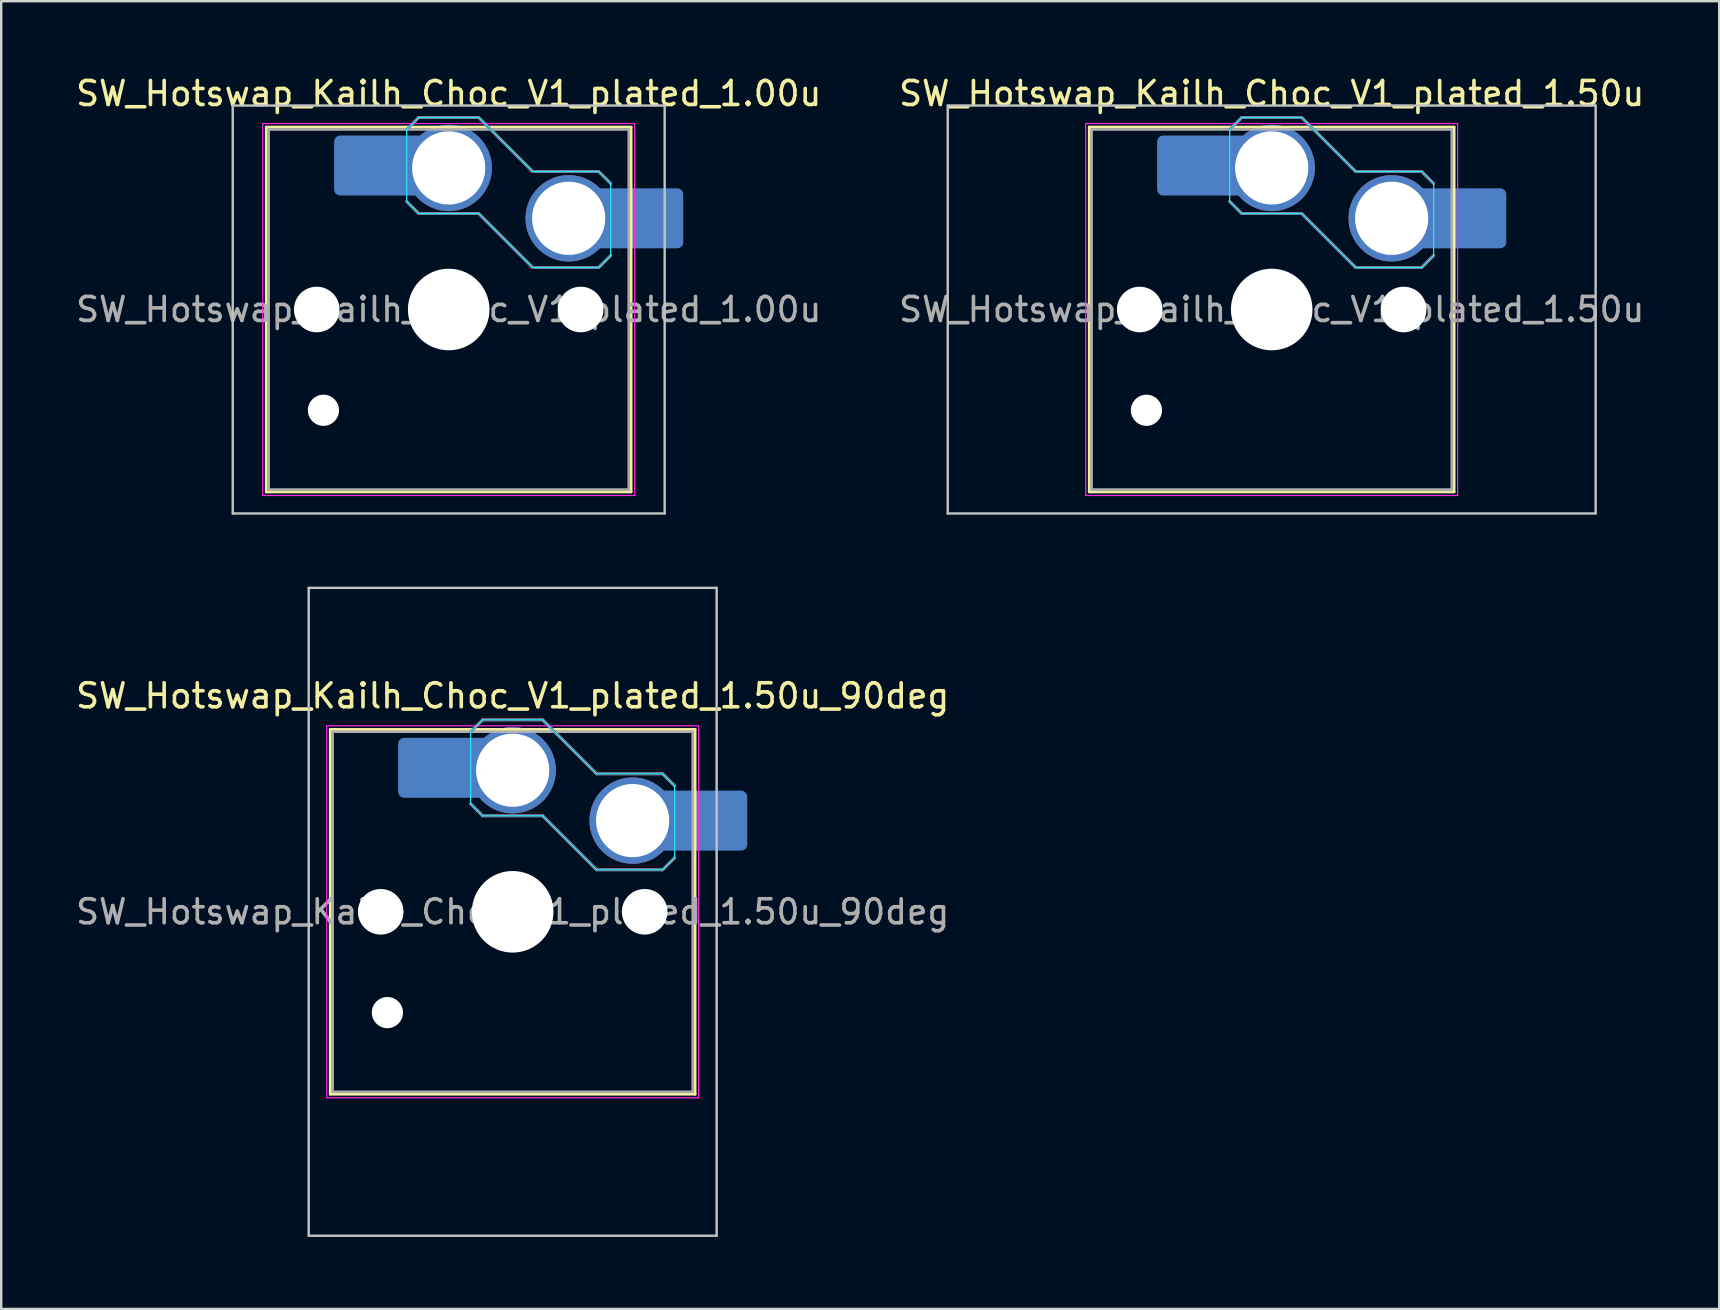
<source format=kicad_pcb>
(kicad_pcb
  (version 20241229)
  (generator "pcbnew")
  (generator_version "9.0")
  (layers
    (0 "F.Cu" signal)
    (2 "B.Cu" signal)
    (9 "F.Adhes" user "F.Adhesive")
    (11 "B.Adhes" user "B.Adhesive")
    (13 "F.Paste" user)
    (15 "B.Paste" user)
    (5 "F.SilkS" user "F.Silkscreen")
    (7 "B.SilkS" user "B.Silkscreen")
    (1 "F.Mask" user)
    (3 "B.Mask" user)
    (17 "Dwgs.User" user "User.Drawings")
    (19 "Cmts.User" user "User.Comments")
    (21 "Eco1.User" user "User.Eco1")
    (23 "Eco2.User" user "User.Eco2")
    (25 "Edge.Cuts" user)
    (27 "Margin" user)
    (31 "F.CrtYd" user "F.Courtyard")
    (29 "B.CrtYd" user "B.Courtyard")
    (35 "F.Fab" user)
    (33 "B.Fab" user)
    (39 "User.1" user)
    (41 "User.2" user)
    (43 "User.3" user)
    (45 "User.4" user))
  (footprint "SW_Hotswap_Kailh_Choc_V1_plated_1.50u"
    (layer "F.Cu")
    (at 49.946 9.848)
    (property "Reference" "SW_Hotswap_Kailh_Choc_V1_plated_1.50u" (at 0 -9 0) (layer "F.SilkS") (effects (font (size 1 1) (thickness 0.15))))
    (attr smd)
    (fp_line (start -7.6 -7.6) (end -7.6 7.6) (stroke (width 0.12) (type solid)) (layer "F.SilkS"))
    (fp_line (start -7.6 7.6) (end 7.6 7.6) (stroke (width 0.12) (type solid)) (layer "F.SilkS"))
    (fp_line (start 7.6 -7.6) (end -7.6 -7.6) (stroke (width 0.12) (type solid)) (layer "F.SilkS"))
    (fp_line (start 7.6 7.6) (end 7.6 -7.6) (stroke (width 0.12) (type solid)) (layer "F.SilkS"))
    (fp_line (start -1.75 -7.5) (end -1.25 -8) (stroke (width 0.12) (type solid)) (layer "B.SilkS"))
    (fp_line (start -1.25 -8) (end 1.25 -8) (stroke (width 0.12) (type solid)) (layer "B.SilkS"))
    (fp_line (start -1.25 -4) (end -1.75 -4.5) (stroke (width 0.12) (type solid)) (layer "B.SilkS"))
    (fp_line (start 1.25 -8) (end 3.5 -5.75) (stroke (width 0.12) (type solid)) (layer "B.SilkS"))
    (fp_line (start 1.25 -4) (end -1.25 -4) (stroke (width 0.12) (type solid)) (layer "B.SilkS"))
    (fp_line (start 3.5 -5.75) (end 6.25 -5.75) (stroke (width 0.12) (type solid)) (layer "B.SilkS"))
    (fp_line (start 3.5 -1.75) (end 1.25 -4) (stroke (width 0.12) (type solid)) (layer "B.SilkS"))
    (fp_line (start 6.25 -5.75) (end 6.75 -5.25) (stroke (width 0.12) (type solid)) (layer "B.SilkS"))
    (fp_line (start 6.25 -1.75) (end 3.5 -1.75) (stroke (width 0.12) (type solid)) (layer "B.SilkS"))
    (fp_line (start 6.75 -2.25) (end 6.25 -1.75) (stroke (width 0.12) (type solid)) (layer "B.SilkS"))
    (fp_line (start -13.5 -8.5) (end -13.5 8.5) (stroke (width 0.1) (type solid)) (layer "Dwgs.User"))
    (fp_line (start -13.5 8.5) (end 13.5 8.5) (stroke (width 0.1) (type solid)) (layer "Dwgs.User"))
    (fp_line (start 13.5 -8.5) (end -13.5 -8.5) (stroke (width 0.1) (type solid)) (layer "Dwgs.User"))
    (fp_line (start 13.5 8.5) (end 13.5 -8.5) (stroke (width 0.1) (type solid)) (layer "Dwgs.User"))
    (fp_line (start -7.25 -7.25) (end -7.25 7.25) (stroke (width 0.1) (type solid)) (layer "Eco1.User"))
    (fp_line (start -7.25 7.25) (end 7.25 7.25) (stroke (width 0.1) (type solid)) (layer "Eco1.User"))
    (fp_line (start 7.25 -7.25) (end -7.25 -7.25) (stroke (width 0.1) (type solid)) (layer "Eco1.User"))
    (fp_line (start 7.25 7.25) (end 7.25 -7.25) (stroke (width 0.1) (type solid)) (layer "Eco1.User"))
    (fp_line (start -1.75 -7.5) (end -1.25 -8) (stroke (width 0.05) (type solid)) (layer "B.CrtYd"))
    (fp_line (start -1.75 -4.5) (end -1.75 -7.5) (stroke (width 0.05) (type solid)) (layer "B.CrtYd"))
    (fp_line (start -1.25 -8) (end 1.25 -8) (stroke (width 0.05) (type solid)) (layer "B.CrtYd"))
    (fp_line (start -1.25 -4) (end -1.75 -4.5) (stroke (width 0.05) (type solid)) (layer "B.CrtYd"))
    (fp_line (start 1.25 -8) (end 3.5 -5.75) (stroke (width 0.05) (type solid)) (layer "B.CrtYd"))
    (fp_line (start 1.25 -4) (end -1.25 -4) (stroke (width 0.05) (type solid)) (layer "B.CrtYd"))
    (fp_line (start 3.5 -5.75) (end 6.25 -5.75) (stroke (width 0.05) (type solid)) (layer "B.CrtYd"))
    (fp_line (start 3.5 -1.75) (end 1.25 -4) (stroke (width 0.05) (type solid)) (layer "B.CrtYd"))
    (fp_line (start 6.25 -5.75) (end 6.75 -5.25) (stroke (width 0.05) (type solid)) (layer "B.CrtYd"))
    (fp_line (start 6.25 -1.75) (end 3.5 -1.75) (stroke (width 0.05) (type solid)) (layer "B.CrtYd"))
    (fp_line (start 6.75 -5.25) (end 6.75 -2.25) (stroke (width 0.05) (type solid)) (layer "B.CrtYd"))
    (fp_line (start 6.75 -2.25) (end 6.25 -1.75) (stroke (width 0.05) (type solid)) (layer "B.CrtYd"))
    (fp_line (start -7.75 -7.75) (end -7.75 7.75) (stroke (width 0.05) (type solid)) (layer "F.CrtYd"))
    (fp_line (start -7.75 7.75) (end 7.75 7.75) (stroke (width 0.05) (type solid)) (layer "F.CrtYd"))
    (fp_line (start 7.75 -7.75) (end -7.75 -7.75) (stroke (width 0.05) (type solid)) (layer "F.CrtYd"))
    (fp_line (start 7.75 7.75) (end 7.75 -7.75) (stroke (width 0.05) (type solid)) (layer "F.CrtYd"))
    (fp_line (start -1.75 -7.5) (end -1.25 -8) (stroke (width 0.1) (type solid)) (layer "B.Fab"))
    (fp_line (start -1.25 -8) (end 1.25 -8) (stroke (width 0.1) (type solid)) (layer "B.Fab"))
    (fp_line (start -1.25 -4) (end -1.75 -4.5) (stroke (width 0.1) (type solid)) (layer "B.Fab"))
    (fp_line (start 1.25 -8) (end 3.5 -5.75) (stroke (width 0.1) (type solid)) (layer "B.Fab"))
    (fp_line (start 1.25 -4) (end -1.25 -4) (stroke (width 0.1) (type solid)) (layer "B.Fab"))
    (fp_line (start 3.5 -5.75) (end 6.25 -5.75) (stroke (width 0.1) (type solid)) (layer "B.Fab"))
    (fp_line (start 3.5 -1.75) (end 1.25 -4) (stroke (width 0.1) (type solid)) (layer "B.Fab"))
    (fp_line (start 6.25 -5.75) (end 6.75 -5.25) (stroke (width 0.1) (type solid)) (layer "B.Fab"))
    (fp_line (start 6.25 -1.75) (end 3.5 -1.75) (stroke (width 0.1) (type solid)) (layer "B.Fab"))
    (fp_line (start 6.75 -2.25) (end 6.25 -1.75) (stroke (width 0.1) (type solid)) (layer "B.Fab"))
    (fp_line (start -7.5 -7.5) (end -7.5 7.5) (stroke (width 0.1) (type solid)) (layer "F.Fab"))
    (fp_line (start -7.5 7.5) (end 7.5 7.5) (stroke (width 0.1) (type solid)) (layer "F.Fab"))
    (fp_line (start 7.5 -7.5) (end -7.5 -7.5) (stroke (width 0.1) (type solid)) (layer "F.Fab"))
    (fp_line (start 7.5 7.5) (end 7.5 -7.5) (stroke (width 0.1) (type solid)) (layer "F.Fab"))
    (fp_text user "${REFERENCE}" (at 0 0 0) (layer "F.Fab") (effects (font (size 1 1) (thickness 0.15))))
    (pad "" np_thru_hole circle (at -5.5 0) (size 1.9 1.9) (drill 1.9) (layers "*.Cu" "*.Mask"))
    (pad "" np_thru_hole circle (at -5.22 4.2) (size 1.3 1.3) (drill 1.3) (layers "*.Cu" "*.Mask"))
    (pad "" smd roundrect (at -3.5 -6) (size 2.55 2.5) (layers "B.Mask" "B.Paste") (roundrect_rratio 0.1))
    (pad "" np_thru_hole circle (at 0 0) (size 3.4 3.4) (drill 3.4) (layers "*.Cu" "*.Mask"))
    (pad "" np_thru_hole circle (at 5.5 0) (size 1.9 1.9) (drill 1.9) (layers "*.Cu" "*.Mask"))
    (pad "" smd roundrect (at 8.5 -3.8) (size 2.55 2.5) (layers "B.Mask" "B.Paste") (roundrect_rratio 0.1))
    (pad "1" smd roundrect (at -2.85 -6) (size 3.85 2.5) (layers "B.Cu") (roundrect_rratio 0.1))
    (pad "1" thru_hole circle (at 0 -5.9) (size 3.6 3.6) (drill 3.05) (layers "*.Cu" "B.Mask"))
    (pad "2" thru_hole circle (at 5 -3.8) (size 3.6 3.6) (drill 3.05) (layers "*.Cu" "B.Mask"))
    (pad "2" smd roundrect (at 7.85 -3.8) (size 3.85 2.5) (layers "B.Cu") (roundrect_rratio 0.1)))
  (footprint "SW_Hotswap_Kailh_Choc_V1_plated_1.00u"
    (layer "F.Cu")
    (at 15.649 9.848)
    (property "Reference" "SW_Hotswap_Kailh_Choc_V1_plated_1.00u" (at 0 -9 0) (layer "F.SilkS") (effects (font (size 1 1) (thickness 0.15))))
    (attr smd)
    (fp_line (start -7.6 -7.6) (end -7.6 7.6) (stroke (width 0.12) (type solid)) (layer "F.SilkS"))
    (fp_line (start -7.6 7.6) (end 7.6 7.6) (stroke (width 0.12) (type solid)) (layer "F.SilkS"))
    (fp_line (start 7.6 -7.6) (end -7.6 -7.6) (stroke (width 0.12) (type solid)) (layer "F.SilkS"))
    (fp_line (start 7.6 7.6) (end 7.6 -7.6) (stroke (width 0.12) (type solid)) (layer "F.SilkS"))
    (fp_line (start -1.75 -7.5) (end -1.25 -8) (stroke (width 0.12) (type solid)) (layer "B.SilkS"))
    (fp_line (start -1.25 -8) (end 1.25 -8) (stroke (width 0.12) (type solid)) (layer "B.SilkS"))
    (fp_line (start -1.25 -4) (end -1.75 -4.5) (stroke (width 0.12) (type solid)) (layer "B.SilkS"))
    (fp_line (start 1.25 -8) (end 3.5 -5.75) (stroke (width 0.12) (type solid)) (layer "B.SilkS"))
    (fp_line (start 1.25 -4) (end -1.25 -4) (stroke (width 0.12) (type solid)) (layer "B.SilkS"))
    (fp_line (start 3.5 -5.75) (end 6.25 -5.75) (stroke (width 0.12) (type solid)) (layer "B.SilkS"))
    (fp_line (start 3.5 -1.75) (end 1.25 -4) (stroke (width 0.12) (type solid)) (layer "B.SilkS"))
    (fp_line (start 6.25 -5.75) (end 6.75 -5.25) (stroke (width 0.12) (type solid)) (layer "B.SilkS"))
    (fp_line (start 6.25 -1.75) (end 3.5 -1.75) (stroke (width 0.12) (type solid)) (layer "B.SilkS"))
    (fp_line (start 6.75 -2.25) (end 6.25 -1.75) (stroke (width 0.12) (type solid)) (layer "B.SilkS"))
    (fp_line (start -9 -8.5) (end -9 8.5) (stroke (width 0.1) (type solid)) (layer "Dwgs.User"))
    (fp_line (start -9 8.5) (end 9 8.5) (stroke (width 0.1) (type solid)) (layer "Dwgs.User"))
    (fp_line (start 9 -8.5) (end -9 -8.5) (stroke (width 0.1) (type solid)) (layer "Dwgs.User"))
    (fp_line (start 9 8.5) (end 9 -8.5) (stroke (width 0.1) (type solid)) (layer "Dwgs.User"))
    (fp_line (start -7.25 -7.25) (end -7.25 7.25) (stroke (width 0.1) (type solid)) (layer "Eco1.User"))
    (fp_line (start -7.25 7.25) (end 7.25 7.25) (stroke (width 0.1) (type solid)) (layer "Eco1.User"))
    (fp_line (start 7.25 -7.25) (end -7.25 -7.25) (stroke (width 0.1) (type solid)) (layer "Eco1.User"))
    (fp_line (start 7.25 7.25) (end 7.25 -7.25) (stroke (width 0.1) (type solid)) (layer "Eco1.User"))
    (fp_line (start -1.75 -7.5) (end -1.25 -8) (stroke (width 0.05) (type solid)) (layer "B.CrtYd"))
    (fp_line (start -1.75 -4.5) (end -1.75 -7.5) (stroke (width 0.05) (type solid)) (layer "B.CrtYd"))
    (fp_line (start -1.25 -8) (end 1.25 -8) (stroke (width 0.05) (type solid)) (layer "B.CrtYd"))
    (fp_line (start -1.25 -4) (end -1.75 -4.5) (stroke (width 0.05) (type solid)) (layer "B.CrtYd"))
    (fp_line (start 1.25 -8) (end 3.5 -5.75) (stroke (width 0.05) (type solid)) (layer "B.CrtYd"))
    (fp_line (start 1.25 -4) (end -1.25 -4) (stroke (width 0.05) (type solid)) (layer "B.CrtYd"))
    (fp_line (start 3.5 -5.75) (end 6.25 -5.75) (stroke (width 0.05) (type solid)) (layer "B.CrtYd"))
    (fp_line (start 3.5 -1.75) (end 1.25 -4) (stroke (width 0.05) (type solid)) (layer "B.CrtYd"))
    (fp_line (start 6.25 -5.75) (end 6.75 -5.25) (stroke (width 0.05) (type solid)) (layer "B.CrtYd"))
    (fp_line (start 6.25 -1.75) (end 3.5 -1.75) (stroke (width 0.05) (type solid)) (layer "B.CrtYd"))
    (fp_line (start 6.75 -5.25) (end 6.75 -2.25) (stroke (width 0.05) (type solid)) (layer "B.CrtYd"))
    (fp_line (start 6.75 -2.25) (end 6.25 -1.75) (stroke (width 0.05) (type solid)) (layer "B.CrtYd"))
    (fp_line (start -7.75 -7.75) (end -7.75 7.75) (stroke (width 0.05) (type solid)) (layer "F.CrtYd"))
    (fp_line (start -7.75 7.75) (end 7.75 7.75) (stroke (width 0.05) (type solid)) (layer "F.CrtYd"))
    (fp_line (start 7.75 -7.75) (end -7.75 -7.75) (stroke (width 0.05) (type solid)) (layer "F.CrtYd"))
    (fp_line (start 7.75 7.75) (end 7.75 -7.75) (stroke (width 0.05) (type solid)) (layer "F.CrtYd"))
    (fp_line (start -1.75 -7.5) (end -1.25 -8) (stroke (width 0.1) (type solid)) (layer "B.Fab"))
    (fp_line (start -1.25 -8) (end 1.25 -8) (stroke (width 0.1) (type solid)) (layer "B.Fab"))
    (fp_line (start -1.25 -4) (end -1.75 -4.5) (stroke (width 0.1) (type solid)) (layer "B.Fab"))
    (fp_line (start 1.25 -8) (end 3.5 -5.75) (stroke (width 0.1) (type solid)) (layer "B.Fab"))
    (fp_line (start 1.25 -4) (end -1.25 -4) (stroke (width 0.1) (type solid)) (layer "B.Fab"))
    (fp_line (start 3.5 -5.75) (end 6.25 -5.75) (stroke (width 0.1) (type solid)) (layer "B.Fab"))
    (fp_line (start 3.5 -1.75) (end 1.25 -4) (stroke (width 0.1) (type solid)) (layer "B.Fab"))
    (fp_line (start 6.25 -5.75) (end 6.75 -5.25) (stroke (width 0.1) (type solid)) (layer "B.Fab"))
    (fp_line (start 6.25 -1.75) (end 3.5 -1.75) (stroke (width 0.1) (type solid)) (layer "B.Fab"))
    (fp_line (start 6.75 -2.25) (end 6.25 -1.75) (stroke (width 0.1) (type solid)) (layer "B.Fab"))
    (fp_line (start -7.5 -7.5) (end -7.5 7.5) (stroke (width 0.1) (type solid)) (layer "F.Fab"))
    (fp_line (start -7.5 7.5) (end 7.5 7.5) (stroke (width 0.1) (type solid)) (layer "F.Fab"))
    (fp_line (start 7.5 -7.5) (end -7.5 -7.5) (stroke (width 0.1) (type solid)) (layer "F.Fab"))
    (fp_line (start 7.5 7.5) (end 7.5 -7.5) (stroke (width 0.1) (type solid)) (layer "F.Fab"))
    (fp_text user "${REFERENCE}" (at 0 0 0) (layer "F.Fab") (effects (font (size 1 1) (thickness 0.15))))
    (pad "" np_thru_hole circle (at -5.5 0) (size 1.9 1.9) (drill 1.9) (layers "*.Cu" "*.Mask"))
    (pad "" np_thru_hole circle (at -5.22 4.2) (size 1.3 1.3) (drill 1.3) (layers "*.Cu" "*.Mask"))
    (pad "" smd roundrect (at -3.5 -6) (size 2.55 2.5) (layers "B.Mask" "B.Paste") (roundrect_rratio 0.1))
    (pad "" np_thru_hole circle (at 0 0) (size 3.4 3.4) (drill 3.4) (layers "*.Cu" "*.Mask"))
    (pad "" np_thru_hole circle (at 5.5 0) (size 1.9 1.9) (drill 1.9) (layers "*.Cu" "*.Mask"))
    (pad "" smd roundrect (at 8.5 -3.8) (size 2.55 2.5) (layers "B.Mask" "B.Paste") (roundrect_rratio 0.1))
    (pad "1" smd roundrect (at -2.85 -6) (size 3.85 2.5) (layers "B.Cu") (roundrect_rratio 0.1))
    (pad "1" thru_hole circle (at 0 -5.9) (size 3.6 3.6) (drill 3.05) (layers "*.Cu" "B.Mask"))
    (pad "2" thru_hole circle (at 5 -3.8) (size 3.6 3.6) (drill 3.05) (layers "*.Cu" "B.Mask"))
    (pad "2" smd roundrect (at 7.85 -3.8) (size 3.85 2.5) (layers "B.Cu") (roundrect_rratio 0.1)))
  (footprint "SW_Hotswap_Kailh_Choc_V1_plated_1.50u_90deg"
    (layer "F.Cu")
    (at 18.315 34.948)
    (property "Reference" "SW_Hotswap_Kailh_Choc_V1_plated_1.50u_90deg" (at 0 -9 0) (layer "F.SilkS") (effects (font (size 1 1) (thickness 0.15))))
    (attr smd)
    (fp_line (start -7.6 -7.6) (end -7.6 7.6) (stroke (width 0.12) (type solid)) (layer "F.SilkS"))
    (fp_line (start -7.6 7.6) (end 7.6 7.6) (stroke (width 0.12) (type solid)) (layer "F.SilkS"))
    (fp_line (start 7.6 -7.6) (end -7.6 -7.6) (stroke (width 0.12) (type solid)) (layer "F.SilkS"))
    (fp_line (start 7.6 7.6) (end 7.6 -7.6) (stroke (width 0.12) (type solid)) (layer "F.SilkS"))
    (fp_line (start -1.75 -7.5) (end -1.25 -8) (stroke (width 0.12) (type solid)) (layer "B.SilkS"))
    (fp_line (start -1.25 -8) (end 1.25 -8) (stroke (width 0.12) (type solid)) (layer "B.SilkS"))
    (fp_line (start -1.25 -4) (end -1.75 -4.5) (stroke (width 0.12) (type solid)) (layer "B.SilkS"))
    (fp_line (start 1.25 -8) (end 3.5 -5.75) (stroke (width 0.12) (type solid)) (layer "B.SilkS"))
    (fp_line (start 1.25 -4) (end -1.25 -4) (stroke (width 0.12) (type solid)) (layer "B.SilkS"))
    (fp_line (start 3.5 -5.75) (end 6.25 -5.75) (stroke (width 0.12) (type solid)) (layer "B.SilkS"))
    (fp_line (start 3.5 -1.75) (end 1.25 -4) (stroke (width 0.12) (type solid)) (layer "B.SilkS"))
    (fp_line (start 6.25 -5.75) (end 6.75 -5.25) (stroke (width 0.12) (type solid)) (layer "B.SilkS"))
    (fp_line (start 6.25 -1.75) (end 3.5 -1.75) (stroke (width 0.12) (type solid)) (layer "B.SilkS"))
    (fp_line (start 6.75 -2.25) (end 6.25 -1.75) (stroke (width 0.12) (type solid)) (layer "B.SilkS"))
    (fp_line (start -8.5 -13.5) (end 8.5 -13.5) (stroke (width 0.1) (type solid)) (layer "Dwgs.User"))
    (fp_line (start -8.5 13.5) (end -8.5 -13.5) (stroke (width 0.1) (type solid)) (layer "Dwgs.User"))
    (fp_line (start 8.5 -13.5) (end 8.5 13.5) (stroke (width 0.1) (type solid)) (layer "Dwgs.User"))
    (fp_line (start 8.5 13.5) (end -8.5 13.5) (stroke (width 0.1) (type solid)) (layer "Dwgs.User"))
    (fp_line (start -7.25 -7.25) (end -7.25 7.25) (stroke (width 0.1) (type solid)) (layer "Eco1.User"))
    (fp_line (start -7.25 7.25) (end 7.25 7.25) (stroke (width 0.1) (type solid)) (layer "Eco1.User"))
    (fp_line (start 7.25 -7.25) (end -7.25 -7.25) (stroke (width 0.1) (type solid)) (layer "Eco1.User"))
    (fp_line (start 7.25 7.25) (end 7.25 -7.25) (stroke (width 0.1) (type solid)) (layer "Eco1.User"))
    (fp_line (start -1.75 -7.5) (end -1.25 -8) (stroke (width 0.05) (type solid)) (layer "B.CrtYd"))
    (fp_line (start -1.75 -4.5) (end -1.75 -7.5) (stroke (width 0.05) (type solid)) (layer "B.CrtYd"))
    (fp_line (start -1.25 -8) (end 1.25 -8) (stroke (width 0.05) (type solid)) (layer "B.CrtYd"))
    (fp_line (start -1.25 -4) (end -1.75 -4.5) (stroke (width 0.05) (type solid)) (layer "B.CrtYd"))
    (fp_line (start 1.25 -8) (end 3.5 -5.75) (stroke (width 0.05) (type solid)) (layer "B.CrtYd"))
    (fp_line (start 1.25 -4) (end -1.25 -4) (stroke (width 0.05) (type solid)) (layer "B.CrtYd"))
    (fp_line (start 3.5 -5.75) (end 6.25 -5.75) (stroke (width 0.05) (type solid)) (layer "B.CrtYd"))
    (fp_line (start 3.5 -1.75) (end 1.25 -4) (stroke (width 0.05) (type solid)) (layer "B.CrtYd"))
    (fp_line (start 6.25 -5.75) (end 6.75 -5.25) (stroke (width 0.05) (type solid)) (layer "B.CrtYd"))
    (fp_line (start 6.25 -1.75) (end 3.5 -1.75) (stroke (width 0.05) (type solid)) (layer "B.CrtYd"))
    (fp_line (start 6.75 -5.25) (end 6.75 -2.25) (stroke (width 0.05) (type solid)) (layer "B.CrtYd"))
    (fp_line (start 6.75 -2.25) (end 6.25 -1.75) (stroke (width 0.05) (type solid)) (layer "B.CrtYd"))
    (fp_line (start -7.75 -7.75) (end -7.75 7.75) (stroke (width 0.05) (type solid)) (layer "F.CrtYd"))
    (fp_line (start -7.75 7.75) (end 7.75 7.75) (stroke (width 0.05) (type solid)) (layer "F.CrtYd"))
    (fp_line (start 7.75 -7.75) (end -7.75 -7.75) (stroke (width 0.05) (type solid)) (layer "F.CrtYd"))
    (fp_line (start 7.75 7.75) (end 7.75 -7.75) (stroke (width 0.05) (type solid)) (layer "F.CrtYd"))
    (fp_line (start -1.75 -7.5) (end -1.25 -8) (stroke (width 0.1) (type solid)) (layer "B.Fab"))
    (fp_line (start -1.25 -8) (end 1.25 -8) (stroke (width 0.1) (type solid)) (layer "B.Fab"))
    (fp_line (start -1.25 -4) (end -1.75 -4.5) (stroke (width 0.1) (type solid)) (layer "B.Fab"))
    (fp_line (start 1.25 -8) (end 3.5 -5.75) (stroke (width 0.1) (type solid)) (layer "B.Fab"))
    (fp_line (start 1.25 -4) (end -1.25 -4) (stroke (width 0.1) (type solid)) (layer "B.Fab"))
    (fp_line (start 3.5 -5.75) (end 6.25 -5.75) (stroke (width 0.1) (type solid)) (layer "B.Fab"))
    (fp_line (start 3.5 -1.75) (end 1.25 -4) (stroke (width 0.1) (type solid)) (layer "B.Fab"))
    (fp_line (start 6.25 -5.75) (end 6.75 -5.25) (stroke (width 0.1) (type solid)) (layer "B.Fab"))
    (fp_line (start 6.25 -1.75) (end 3.5 -1.75) (stroke (width 0.1) (type solid)) (layer "B.Fab"))
    (fp_line (start 6.75 -2.25) (end 6.25 -1.75) (stroke (width 0.1) (type solid)) (layer "B.Fab"))
    (fp_line (start -7.5 -7.5) (end -7.5 7.5) (stroke (width 0.1) (type solid)) (layer "F.Fab"))
    (fp_line (start -7.5 7.5) (end 7.5 7.5) (stroke (width 0.1) (type solid)) (layer "F.Fab"))
    (fp_line (start 7.5 -7.5) (end -7.5 -7.5) (stroke (width 0.1) (type solid)) (layer "F.Fab"))
    (fp_line (start 7.5 7.5) (end 7.5 -7.5) (stroke (width 0.1) (type solid)) (layer "F.Fab"))
    (fp_text user "${REFERENCE}" (at 0 0 0) (layer "F.Fab") (effects (font (size 1 1) (thickness 0.15))))
    (pad "" np_thru_hole circle (at -5.5 0) (size 1.9 1.9) (drill 1.9) (layers "*.Cu" "*.Mask"))
    (pad "" np_thru_hole circle (at -5.22 4.2) (size 1.3 1.3) (drill 1.3) (layers "*.Cu" "*.Mask"))
    (pad "" smd roundrect (at -3.5 -6) (size 2.55 2.5) (layers "B.Mask" "B.Paste") (roundrect_rratio 0.1))
    (pad "" np_thru_hole circle (at 0 0) (size 3.4 3.4) (drill 3.4) (layers "*.Cu" "*.Mask"))
    (pad "" np_thru_hole circle (at 5.5 0) (size 1.9 1.9) (drill 1.9) (layers "*.Cu" "*.Mask"))
    (pad "" smd roundrect (at 8.5 -3.8) (size 2.55 2.5) (layers "B.Mask" "B.Paste") (roundrect_rratio 0.1))
    (pad "1" smd roundrect (at -2.85 -6) (size 3.85 2.5) (layers "B.Cu") (roundrect_rratio 0.1))
    (pad "1" thru_hole circle (at 0 -5.9) (size 3.6 3.6) (drill 3.05) (layers "*.Cu" "B.Mask"))
    (pad "2" thru_hole circle (at 5 -3.8) (size 3.6 3.6) (drill 3.05) (layers "*.Cu" "B.Mask"))
    (pad "2" smd roundrect (at 7.85 -3.8) (size 3.85 2.5) (layers "B.Cu") (roundrect_rratio 0.1)))
  (gr_rect
    (start -3 -3)
    (end 68.595 51.498)
    (stroke (width 0.1) (type default))
    (fill no)
    (layer "Edge.Cuts")))
</source>
